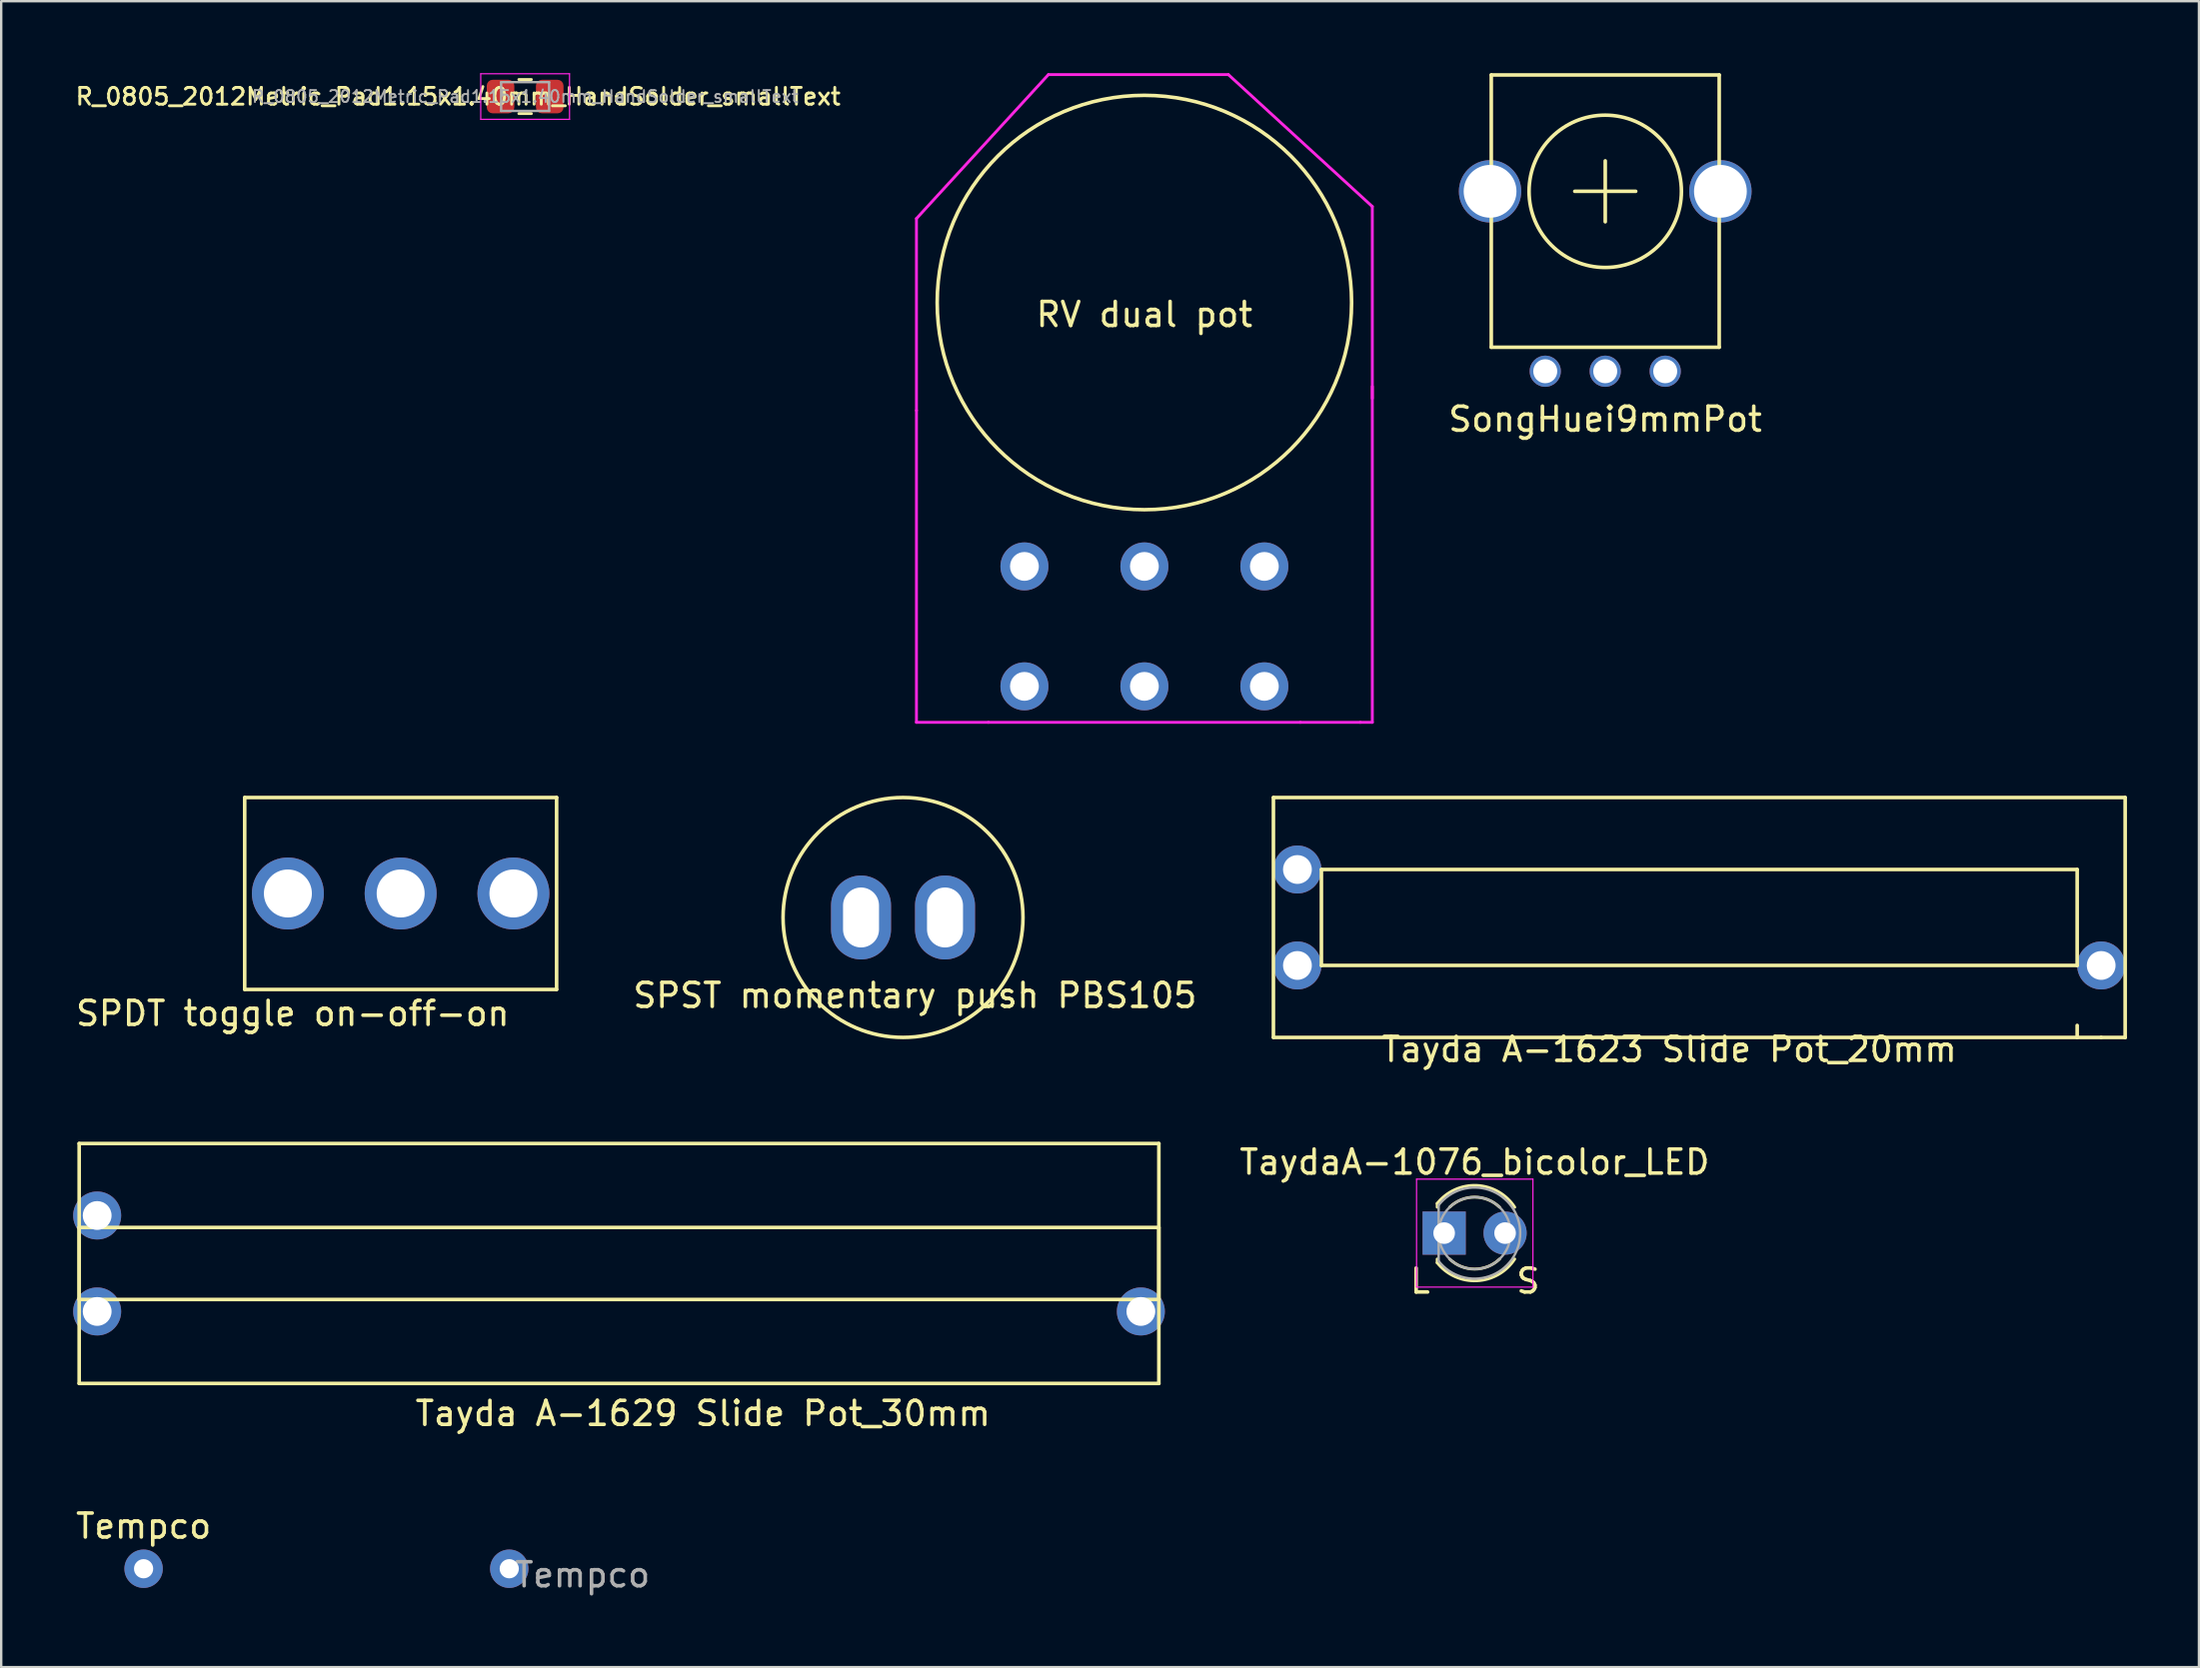
<source format=kicad_pcb>
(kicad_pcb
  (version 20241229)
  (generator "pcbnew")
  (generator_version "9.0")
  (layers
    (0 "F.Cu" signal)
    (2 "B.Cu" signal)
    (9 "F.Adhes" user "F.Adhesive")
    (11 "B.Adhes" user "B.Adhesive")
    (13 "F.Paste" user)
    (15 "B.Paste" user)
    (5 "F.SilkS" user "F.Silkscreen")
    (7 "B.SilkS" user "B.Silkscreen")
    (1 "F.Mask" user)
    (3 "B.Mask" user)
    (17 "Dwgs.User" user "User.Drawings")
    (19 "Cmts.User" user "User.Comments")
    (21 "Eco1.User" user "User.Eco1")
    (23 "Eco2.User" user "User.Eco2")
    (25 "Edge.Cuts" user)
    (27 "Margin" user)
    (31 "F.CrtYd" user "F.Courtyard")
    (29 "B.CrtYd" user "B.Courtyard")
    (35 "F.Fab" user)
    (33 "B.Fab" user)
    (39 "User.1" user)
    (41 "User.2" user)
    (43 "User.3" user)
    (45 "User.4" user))
  (footprint "SongHuei9mmPot"
    (layer "F.Cu")
    (at 63.855 4.925)
    (property "Reference" "SongHuei9mmPot" (at 0 9.5 0) (layer "F.SilkS") (effects (font (size 1 1) (thickness 0.15))))
    (attr through_hole)
    (fp_line (start -4.75 -4.85) (end -4.75 6.5) (stroke (width 0.15) (type solid)) (layer "F.SilkS"))
    (fp_line (start -4.75 -4.85) (end 4.75 -4.85) (stroke (width 0.15) (type solid)) (layer "F.SilkS"))
    (fp_line (start -4.75 6.5) (end 4.75 6.5) (stroke (width 0.15) (type solid)) (layer "F.SilkS"))
    (fp_line (start -1.27 0) (end 1.27 0) (stroke (width 0.15) (type solid)) (layer "F.SilkS"))
    (fp_line (start 0 -1.27) (end 0 1.27) (stroke (width 0.15) (type solid)) (layer "F.SilkS"))
    (fp_line (start 4.75 -4.85) (end 4.75 6.5) (stroke (width 0.15) (type solid)) (layer "F.SilkS"))
    (fp_circle (center 0 0) (end 3.175 0) (stroke (width 0.15) (type solid)) (fill no) (layer "F.SilkS"))
    (pad "" thru_hole circle (at -4.8 0) (size 2.6 2.6) (drill 2.2) (layers "*.Cu" "*.Mask"))
    (pad "" thru_hole circle (at 4.8 0) (size 2.6 2.6) (drill 2.2) (layers "*.Cu" "*.Mask"))
    (pad "1" thru_hole circle (at -2.5 7.5) (size 1.3 1.3) (drill 1) (layers "*.Cu" "*.Mask"))
    (pad "2" thru_hole circle (at 0 7.5) (size 1.3 1.3) (drill 1) (layers "*.Cu" "*.Mask"))
    (pad "3" thru_hole circle (at 2.5 7.5) (size 1.3 1.3) (drill 1) (layers "*.Cu" "*.Mask")))
  (footprint "RV dual pot"
    (layer "F.Cu")
    (at 44.647 9.56)
    (property "Reference" "RV dual pot" (at 0 0.5 0) (layer "F.SilkS") (effects (font (size 1 1) (thickness 0.15))))
    (attr through_hole)
    (fp_circle (center 0 0) (end 8.636 0) (stroke (width 0.15) (type solid)) (fill no) (layer "F.SilkS"))
    (fp_line (start -9.5 -3.5) (end -4 -9.5) (stroke (width 0.12) (type solid)) (layer "F.CrtYd"))
    (fp_line (start -9.5 4.5) (end -9.5 -3.5) (stroke (width 0.12) (type solid)) (layer "F.CrtYd"))
    (fp_line (start -9.5 4.5) (end -9.5 17.5) (stroke (width 0.12) (type solid)) (layer "F.CrtYd"))
    (fp_line (start -9.5 17.5) (end -6.5 17.5) (stroke (width 0.12) (type solid)) (layer "F.CrtYd"))
    (fp_line (start -4 -9.5) (end 3.5 -9.5) (stroke (width 0.12) (type solid)) (layer "F.CrtYd"))
    (fp_line (start 3.5 -9.5) (end 9.5 -4) (stroke (width 0.12) (type solid)) (layer "F.CrtYd"))
    (fp_line (start 6.5 17.5) (end -6.5 17.5) (stroke (width 0.12) (type solid)) (layer "F.CrtYd"))
    (fp_line (start 6.5 17.5) (end 9 17.5) (stroke (width 0.12) (type solid)) (layer "F.CrtYd"))
    (fp_line (start 9 17.5) (end 9.5 17.5) (stroke (width 0.12) (type solid)) (layer "F.CrtYd"))
    (fp_line (start 9.5 -4) (end 9.5 4) (stroke (width 0.12) (type solid)) (layer "F.CrtYd"))
    (fp_line (start 9.5 17.5) (end 9.5 3.5) (stroke (width 0.12) (type solid)) (layer "F.CrtYd"))
    (pad "1" thru_hole circle (at -5 11) (size 2 2) (drill 1.2) (layers "*.Cu" "*.Mask"))
    (pad "2" thru_hole circle (at 0 11) (size 2 2) (drill 1.2) (layers "*.Cu" "*.Mask"))
    (pad "3" thru_hole circle (at 5 11) (size 2 2) (drill 1.2) (layers "*.Cu" "*.Mask"))
    (pad "4" thru_hole circle (at -5 16) (size 2 2) (drill 1.2) (layers "*.Cu" "*.Mask"))
    (pad "5" thru_hole circle (at 0 16) (size 2 2) (drill 1.2) (layers "*.Cu" "*.Mask"))
    (pad "6" thru_hole circle (at 5 16) (size 2 2) (drill 1.2) (layers "*.Cu" "*.Mask")))
  (footprint "Tempco"
    (layer "F.Cu")
    (at 2.935 62.343)
    (property "Reference" "Tempco" (at 0 -1.778 180) (layer "F.SilkS") (effects (font (size 1 1) (thickness 0.15))))
    (attr through_hole)
    (fp_text user "${REFERENCE}" (at 18.288 0.254 180) (layer "F.Fab") (effects (font (size 1 1) (thickness 0.15))))
    (pad "1" thru_hole circle (at 0 0) (size 1.6 1.6) (drill 0.8) (layers "*.Cu" "*.Mask"))
    (pad "2" thru_hole oval (at 15.24 0) (size 1.6 1.6) (drill 0.8) (layers "*.Cu" "*.Mask")))
  (footprint "TaydaA-1076_bicolor_LED"
    (layer "F.Cu")
    (at 57.141 48.352)
    (property "Reference" "TaydaA-1076_bicolor_LED" (at 1.27 -2.96 0) (layer "F.SilkS") (effects (font (size 1 1) (thickness 0.15))))
    (attr through_hole)
    (fp_line (start -0.29 -1.236) (end -0.29 -1.08) (stroke (width 0.12) (type solid)) (layer "F.SilkS"))
    (fp_line (start -0.29 1.08) (end -0.29 1.236) (stroke (width 0.12) (type solid)) (layer "F.SilkS"))
    (fp_arc (start -0.29 -1.235516) (mid 1.366487 -1.987659) (end 2.942335 -1.078608) (stroke (width 0.12) (type solid)) (layer "F.SilkS"))
    (fp_arc (start 0.229039 -1.08) (mid 1.270117 -1.5) (end 2.31113 -1.079837) (stroke (width 0.12) (type solid)) (layer "F.SilkS"))
    (fp_arc (start 2.31113 1.079837) (mid 1.270117 1.5) (end 0.229039 1.08) (stroke (width 0.12) (type solid)) (layer "F.SilkS"))
    (fp_arc (start 2.942335 1.078608) (mid 1.366487 1.987659) (end -0.29 1.235516) (stroke (width 0.12) (type solid)) (layer "F.SilkS"))
    (fp_line (start -1.15 -2.25) (end -1.15 2.25) (stroke (width 0.05) (type solid)) (layer "F.CrtYd"))
    (fp_line (start -1.15 2.25) (end 3.7 2.25) (stroke (width 0.05) (type solid)) (layer "F.CrtYd"))
    (fp_line (start 3.7 -2.25) (end -1.15 -2.25) (stroke (width 0.05) (type solid)) (layer "F.CrtYd"))
    (fp_line (start 3.7 2.25) (end 3.7 -2.25) (stroke (width 0.05) (type solid)) (layer "F.CrtYd"))
    (fp_line (start -0.23 -1.166) (end -0.23 1.166) (stroke (width 0.1) (type solid)) (layer "F.Fab"))
    (fp_arc (start -0.23 -1.16619) (mid 3.17 0.000452) (end -0.230555 1.165476) (stroke (width 0.1) (type solid)) (layer "F.Fab"))
    (fp_circle (center 1.27 0) (end 2.77 0) (stroke (width 0.1) (type solid)) (fill no) (layer "F.Fab"))
    (fp_text user "L" (at -1 2 0) (layer "F.SilkS") (effects (font (size 1 1) (thickness 0.15))))
    (fp_text user "S" (at 3.5 2 0) (layer "F.SilkS") (effects (font (size 1 1) (thickness 0.15))))
    (pad "1" thru_hole rect (at 0 0) (size 1.8 1.8) (drill 0.9) (layers "*.Cu" "*.Mask"))
    (pad "2" thru_hole circle (at 2.54 0) (size 1.8 1.8) (drill 0.9) (layers "*.Cu" "*.Mask")))
  (footprint "Tayda A-1623 Slide Pot_20mm"
    (layer "F.Cu")
    (at 68.025 35.195)
    (property "Reference" "Tayda A-1623 Slide Pot_20mm" (at -1.5 5.5 0) (layer "F.SilkS") (effects (font (size 1 1) (thickness 0.15))))
    (attr through_hole)
    (fp_line (start -18 -5) (end -18 5) (stroke (width 0.15) (type solid)) (layer "F.SilkS"))
    (fp_line (start -18 -5) (end 17.5 -5) (stroke (width 0.15) (type solid)) (layer "F.SilkS"))
    (fp_line (start -18 5) (end 16.5 5) (stroke (width 0.15) (type solid)) (layer "F.SilkS"))
    (fp_line (start -16 -2) (end -16 2) (stroke (width 0.15) (type solid)) (layer "F.SilkS"))
    (fp_line (start -16 2) (end 15.5 2) (stroke (width 0.15) (type solid)) (layer "F.SilkS"))
    (fp_line (start 15.5 -2) (end -16 -2) (stroke (width 0.15) (type solid)) (layer "F.SilkS"))
    (fp_line (start 15.5 2) (end 15.5 -2) (stroke (width 0.15) (type solid)) (layer "F.SilkS"))
    (fp_line (start 15.5 5) (end 15.5 4.5) (stroke (width 0.15) (type solid)) (layer "F.SilkS"))
    (fp_line (start 16.5 5) (end 17.5 5) (stroke (width 0.15) (type solid)) (layer "F.SilkS"))
    (fp_line (start 17.5 5) (end 17.5 -5) (stroke (width 0.15) (type solid)) (layer "F.SilkS"))
    (fp_line (start 17.5 5) (end 17.5 5) (stroke (width 0.15) (type solid)) (layer "F.SilkS"))
    (pad "1" thru_hole circle (at -17 2) (size 2 2) (drill 1.2) (layers "*.Cu" "*.Mask"))
    (pad "2" thru_hole circle (at -17 -2) (size 2 2) (drill 1.2) (layers "*.Cu" "*.Mask"))
    (pad "3" thru_hole circle (at 16.5 2) (size 2 2) (drill 1.2) (layers "*.Cu" "*.Mask")))
  (footprint "Tayda A-1629 Slide Pot_30mm"
    (layer "F.Cu")
    (at 22.5 49.868)
    (property "Reference" "Tayda A-1629 Slide Pot_30mm" (at 3.75 6 0) (layer "F.SilkS") (effects (font (size 1 1) (thickness 0.15))))
    (attr through_hole)
    (fp_line (start -22.25 -5.25) (end -22.25 4.75) (stroke (width 0.15) (type solid)) (layer "F.SilkS"))
    (fp_line (start -22.25 -1.75) (end 22.75 -1.75) (stroke (width 0.15) (type solid)) (layer "F.SilkS"))
    (fp_line (start -22.25 1.25) (end -22.25 -1.75) (stroke (width 0.15) (type solid)) (layer "F.SilkS"))
    (fp_line (start -22.25 4.75) (end 22.75 4.75) (stroke (width 0.15) (type solid)) (layer "F.SilkS"))
    (fp_line (start 22.75 -5.25) (end -22.25 -5.25) (stroke (width 0.15) (type solid)) (layer "F.SilkS"))
    (fp_line (start 22.75 -1.75) (end 22.75 1.25) (stroke (width 0.15) (type solid)) (layer "F.SilkS"))
    (fp_line (start 22.75 1.25) (end -22.25 1.25) (stroke (width 0.15) (type solid)) (layer "F.SilkS"))
    (fp_line (start 22.75 4.75) (end 22.75 -5.25) (stroke (width 0.15) (type solid)) (layer "F.SilkS"))
    (pad "1" thru_hole circle (at -21.5 1.75) (size 2 2) (drill 1.2) (layers "*.Cu" "*.Mask"))
    (pad "2" thru_hole circle (at -21.5 -2.25) (size 2 2) (drill 1.2) (layers "*.Cu" "*.Mask"))
    (pad "3" thru_hole circle (at 22 1.75) (size 2 2) (drill 1.2) (layers "*.Cu" "*.Mask")))
  (footprint "R_0805_2012Metric_Pad1.15x1.40mm_HandSolder_smallText"
    (layer "F.Cu")
    (at 18.837 0.975)
    (property "Reference" "R_0805_2012Metric_Pad1.15x1.40mm_HandSolder_smallText" (at -2.794 0 0) (layer "F.SilkS") (effects (font (size 0.7 0.7) (thickness 0.12))))
    (attr smd)
    (fp_line (start -0.261 -0.71) (end 0.261 -0.71) (stroke (width 0.12) (type solid)) (layer "F.SilkS"))
    (fp_line (start -0.261 0.71) (end 0.261 0.71) (stroke (width 0.12) (type solid)) (layer "F.SilkS"))
    (fp_line (start -1.85 -0.95) (end 1.85 -0.95) (stroke (width 0.05) (type solid)) (layer "F.CrtYd"))
    (fp_line (start -1.85 0.95) (end -1.85 -0.95) (stroke (width 0.05) (type solid)) (layer "F.CrtYd"))
    (fp_line (start 1.85 -0.95) (end 1.85 0.95) (stroke (width 0.05) (type solid)) (layer "F.CrtYd"))
    (fp_line (start 1.85 0.95) (end -1.85 0.95) (stroke (width 0.05) (type solid)) (layer "F.CrtYd"))
    (fp_line (start -1 -0.6) (end 1 -0.6) (stroke (width 0.1) (type solid)) (layer "F.Fab"))
    (fp_line (start -1 0.6) (end -1 -0.6) (stroke (width 0.1) (type solid)) (layer "F.Fab"))
    (fp_line (start 1 -0.6) (end 1 0.6) (stroke (width 0.1) (type solid)) (layer "F.Fab"))
    (fp_line (start 1 0.6) (end -1 0.6) (stroke (width 0.1) (type solid)) (layer "F.Fab"))
    (fp_text user "${REFERENCE}" (at 0 0 0) (layer "F.Fab") (effects (font (size 0.5 0.5) (thickness 0.08))))
    (pad "1" smd roundrect (at -1.025 0) (size 1.15 1.4) (layers "F.Cu" "F.Mask" "F.Paste") (roundrect_rratio 0.217))
    (pad "2" smd roundrect (at 1.025 0) (size 1.15 1.4) (layers "F.Cu" "F.Mask" "F.Paste") (roundrect_rratio 0.217)))
  (footprint "SPDT toggle on-off-on"
    (layer "F.Cu")
    (at 13.649 34.195)
    (property "Reference" "SPDT toggle on-off-on" (at -4.5 5 0) (layer "F.SilkS") (effects (font (size 1 1) (thickness 0.15))))
    (attr through_hole)
    (fp_line (start -6.5 -4) (end 6.5 -4) (stroke (width 0.15) (type solid)) (layer "F.SilkS"))
    (fp_line (start -6.5 4) (end -6.5 -4) (stroke (width 0.15) (type solid)) (layer "F.SilkS"))
    (fp_line (start 6.5 -4) (end 6.5 4) (stroke (width 0.15) (type solid)) (layer "F.SilkS"))
    (fp_line (start 6.5 4) (end -6.5 4) (stroke (width 0.15) (type solid)) (layer "F.SilkS"))
    (pad "1" thru_hole circle (at -4.7 0) (size 3 3) (drill 2) (layers "*.Cu" "*.Mask"))
    (pad "2" thru_hole circle (at 0 0) (size 3 3) (drill 2) (layers "*.Cu" "*.Mask"))
    (pad "3" thru_hole circle (at 4.7 0) (size 3 3) (drill 2) (layers "*.Cu" "*.Mask")))
  (footprint "SPST momentary push PBS105"
    (layer "F.Cu")
    (at 34.587 35.195)
    (property "Reference" "SPST momentary push PBS105" (at 0.5 3.25 0) (layer "F.SilkS") (effects (font (size 1 1) (thickness 0.15))))
    (attr through_hole)
    (fp_circle (center 0 0) (end 5 0) (stroke (width 0.15) (type solid)) (fill no) (layer "F.SilkS"))
    (pad "1" thru_hole oval (at -1.75 0) (size 2.5 3.5) (drill oval 1.5 2.5) (layers "*.Cu" "*.Mask"))
    (pad "2" thru_hole oval (at 1.75 0) (size 2.5 3.5) (drill oval 1.5 2.5) (layers "*.Cu" "*.Mask")))
  (gr_rect
    (start -3 -3)
    (end 88.6 66.445)
    (stroke (width 0.1) (type default))
    (fill no)
    (layer "Edge.Cuts")))
</source>
